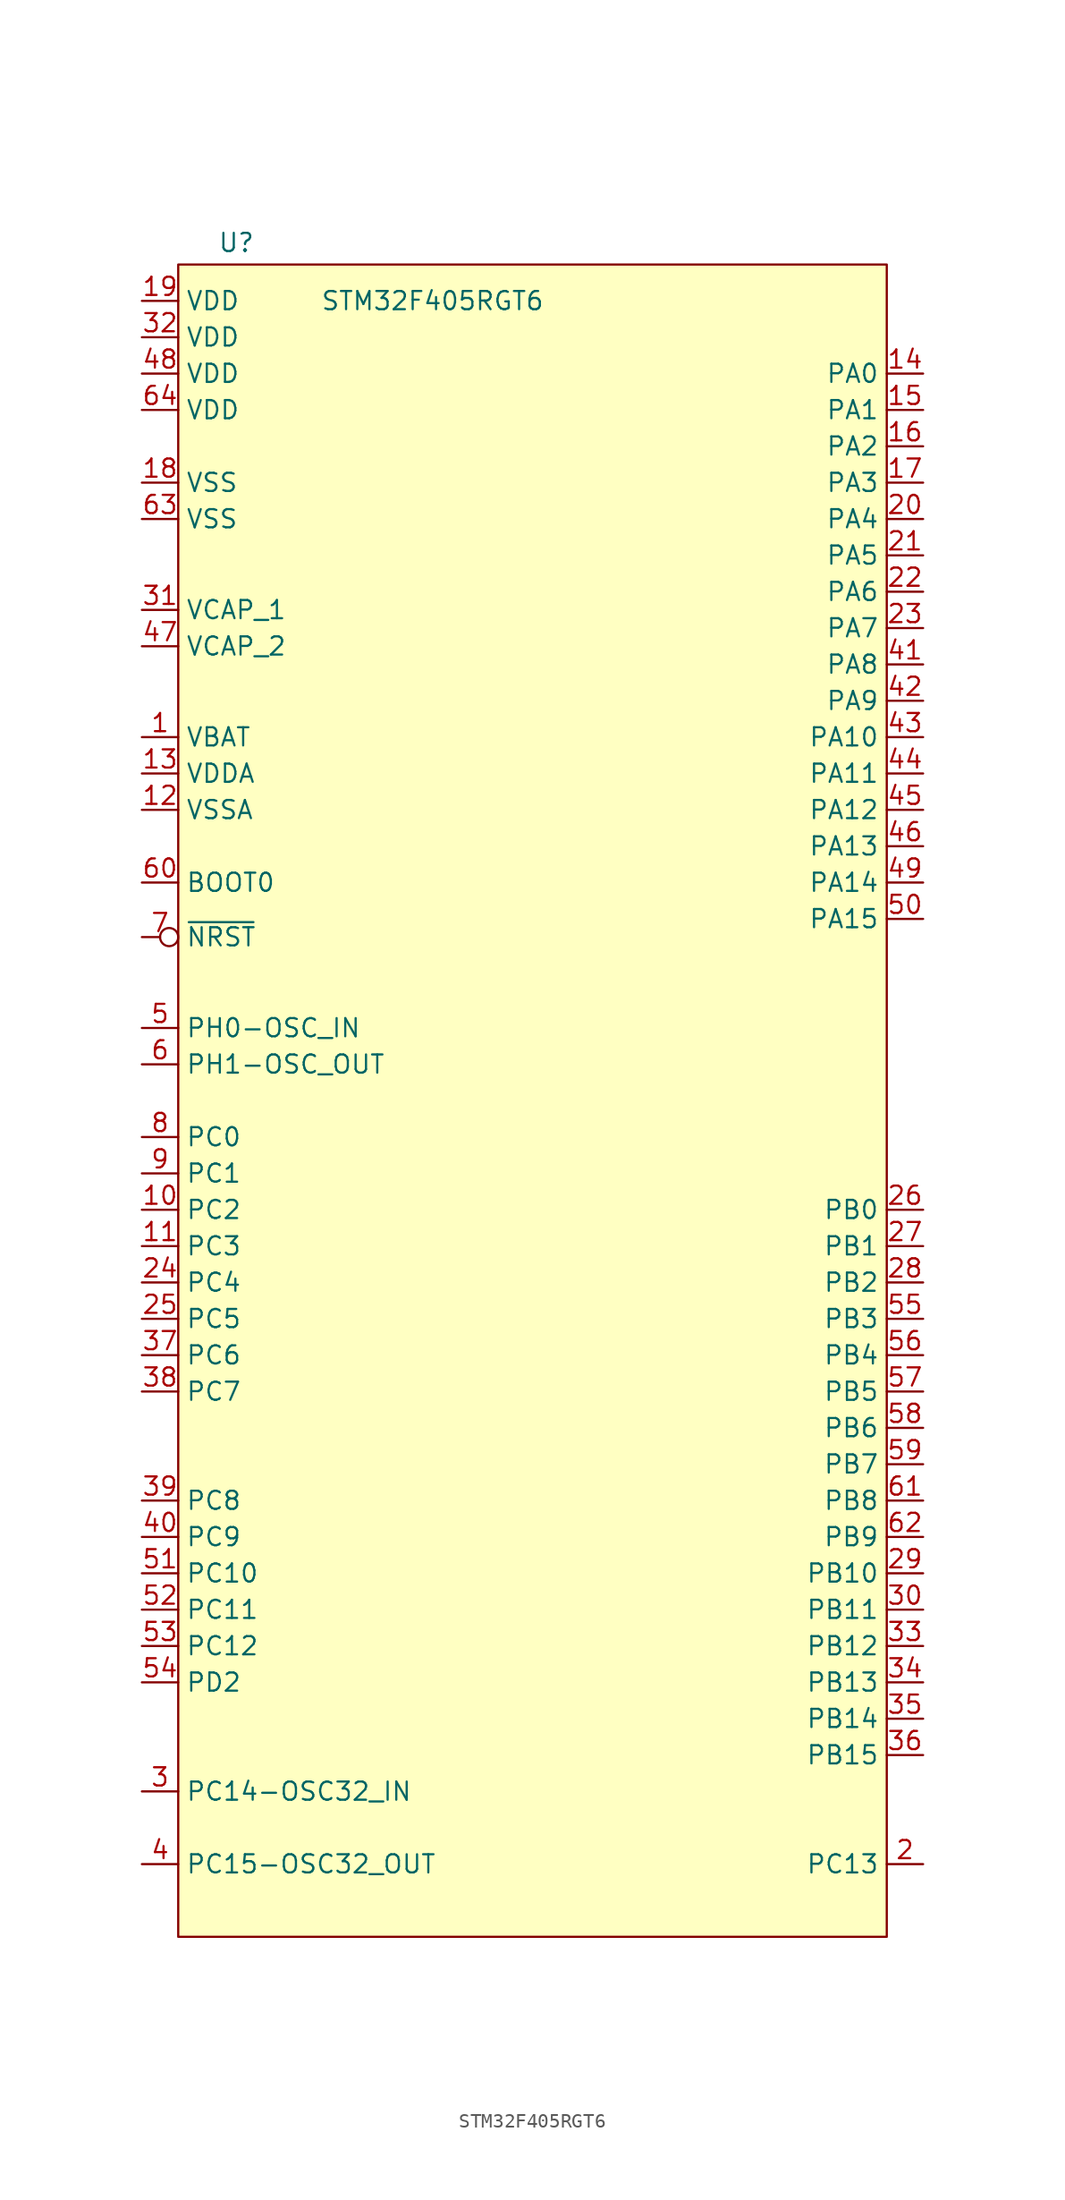
<source format=kicad_sym>
(kicad_symbol_lib
  (version 20241209)
  (generator "kicad_symbol_editor")
  (generator_version "9.0")
  (symbol "STM32F405RGT6"
    (property "Reference" "U"
      (at -23.876 57.404 0)
      (do_not_autoplace)
      (effects (font (size 1.27 1.27))))
    (property "Value" "STM32F405RGT6"
      (at -10.16 53.34 0)
      (do_not_autoplace)
      (effects (font (size 1.27 1.27))))
    (symbol "STM32F405RGT6_1_0"
      (pin unspecified line (at -30.48 53.34 0) (length 2.54) (name "VDD" (effects (font (size 1.27 1.27)))) (number "19" (effects (font (size 1.27 1.27)))))
      (pin unspecified line (at -30.48 50.8 0) (length 2.54) (name "VDD" (effects (font (size 1.27 1.27)))) (number "32" (effects (font (size 1.27 1.27)))))
      (pin unspecified line (at -30.48 48.26 0) (length 2.54) (name "VDD" (effects (font (size 1.27 1.27)))) (number "48" (effects (font (size 1.27 1.27)))))
      (pin unspecified line (at -30.48 45.72 0) (length 2.54) (name "VDD" (effects (font (size 1.27 1.27)))) (number "64" (effects (font (size 1.27 1.27)))))
      (pin unspecified line (at -30.48 40.64 0) (length 2.54) (name "VSS" (effects (font (size 1.27 1.27)))) (number "18" (effects (font (size 1.27 1.27)))))
      (pin unspecified line (at -30.48 38.1 0) (length 2.54) (name "VSS" (effects (font (size 1.27 1.27)))) (number "63" (effects (font (size 1.27 1.27)))))
      (pin unspecified line (at -30.48 31.75 0) (length 2.54) (name "VCAP_1" (effects (font (size 1.27 1.27)))) (number "31" (effects (font (size 1.27 1.27)))))
      (pin unspecified line (at -30.48 29.21 0) (length 2.54) (name "VCAP_2" (effects (font (size 1.27 1.27)))) (number "47" (effects (font (size 1.27 1.27)))))
      (pin unspecified line (at -30.48 22.86 0) (length 2.54) (name "VBAT" (effects (font (size 1.27 1.27)))) (number "1" (effects (font (size 1.27 1.27)))))
      (pin unspecified line (at -30.48 20.32 0) (length 2.54) (name "VDDA" (effects (font (size 1.27 1.27)))) (number "13" (effects (font (size 1.27 1.27)))))
      (pin unspecified line (at -30.48 17.78 0) (length 2.54) (name "VSSA" (effects (font (size 1.27 1.27)))) (number "12" (effects (font (size 1.27 1.27)))))
      (pin unspecified line (at -30.48 12.7 0) (length 2.54) (name "BOOT0" (effects (font (size 1.27 1.27)))) (number "60" (effects (font (size 1.27 1.27)))))
      (pin unspecified inverted (at -30.48 8.89 0) (length 2.54) (name "~{NRST}" (effects (font (size 1.27 1.27)))) (number "7" (effects (font (size 1.27 1.27)))))
      (pin unspecified line (at -30.48 2.54 0) (length 2.54) (name "PH0-OSC_IN" (effects (font (size 1.27 1.27)))) (number "5" (effects (font (size 1.27 1.27)))))
      (pin unspecified line (at -30.48 0 0) (length 2.54) (name "PH1-OSC_OUT" (effects (font (size 1.27 1.27)))) (number "6" (effects (font (size 1.27 1.27)))))
      (pin unspecified line (at -30.48 -5.08 0) (length 2.54) (name "PC0" (effects (font (size 1.27 1.27)))) (number "8" (effects (font (size 1.27 1.27)))))
      (pin unspecified line (at -30.48 -7.62 0) (length 2.54) (name "PC1" (effects (font (size 1.27 1.27)))) (number "9" (effects (font (size 1.27 1.27)))))
      (pin unspecified line (at -30.48 -10.16 0) (length 2.54) (name "PC2" (effects (font (size 1.27 1.27)))) (number "10" (effects (font (size 1.27 1.27)))))
      (pin unspecified line (at -30.48 -12.7 0) (length 2.54) (name "PC3" (effects (font (size 1.27 1.27)))) (number "11" (effects (font (size 1.27 1.27)))))
      (pin unspecified line (at -30.48 -15.24 0) (length 2.54) (name "PC4" (effects (font (size 1.27 1.27)))) (number "24" (effects (font (size 1.27 1.27)))))
      (pin unspecified line (at -30.48 -17.78 0) (length 2.54) (name "PC5" (effects (font (size 1.27 1.27)))) (number "25" (effects (font (size 1.27 1.27)))))
      (pin unspecified line (at -30.48 -20.32 0) (length 2.54) (name "PC6" (effects (font (size 1.27 1.27)))) (number "37" (effects (font (size 1.27 1.27)))))
      (pin unspecified line (at -30.48 -22.86 0) (length 2.54) (name "PC7" (effects (font (size 1.27 1.27)))) (number "38" (effects (font (size 1.27 1.27)))))
      (pin unspecified line (at -30.48 -30.48 0) (length 2.54) (name "PC8" (effects (font (size 1.27 1.27)))) (number "39" (effects (font (size 1.27 1.27)))))
      (pin unspecified line (at -30.48 -33.02 0) (length 2.54) (name "PC9" (effects (font (size 1.27 1.27)))) (number "40" (effects (font (size 1.27 1.27)))))
      (pin unspecified line (at -30.48 -35.56 0) (length 2.54) (name "PC10" (effects (font (size 1.27 1.27)))) (number "51" (effects (font (size 1.27 1.27)))))
      (pin unspecified line (at -30.48 -38.1 0) (length 2.54) (name "PC11" (effects (font (size 1.27 1.27)))) (number "52" (effects (font (size 1.27 1.27)))))
      (pin unspecified line (at -30.48 -40.64 0) (length 2.54) (name "PC12" (effects (font (size 1.27 1.27)))) (number "53" (effects (font (size 1.27 1.27)))))
      (pin unspecified line (at -30.48 -43.18 0) (length 2.54) (name "PD2" (effects (font (size 1.27 1.27)))) (number "54" (effects (font (size 1.27 1.27)))))
      (pin unspecified line (at -30.48 -50.8 0) (length 2.54) (name "PC14-OSC32_IN" (effects (font (size 1.27 1.27)))) (number "3" (effects (font (size 1.27 1.27)))))
      (pin unspecified line (at -30.48 -55.88 0) (length 2.54) (name "PC15-OSC32_OUT" (effects (font (size 1.27 1.27)))) (number "4" (effects (font (size 1.27 1.27)))))
      (pin unspecified line (at 24.13 48.26 180) (length 2.54) (name "PA0" (effects (font (size 1.27 1.27)))) (number "14" (effects (font (size 1.27 1.27)))))
      (pin unspecified line (at 24.13 45.72 180) (length 2.54) (name "PA1" (effects (font (size 1.27 1.27)))) (number "15" (effects (font (size 1.27 1.27)))))
      (pin unspecified line (at 24.13 43.18 180) (length 2.54) (name "PA2" (effects (font (size 1.27 1.27)))) (number "16" (effects (font (size 1.27 1.27)))))
      (pin unspecified line (at 24.13 40.64 180) (length 2.54) (name "PA3" (effects (font (size 1.27 1.27)))) (number "17" (effects (font (size 1.27 1.27)))))
      (pin unspecified line (at 24.13 38.1 180) (length 2.54) (name "PA4" (effects (font (size 1.27 1.27)))) (number "20" (effects (font (size 1.27 1.27)))))
      (pin unspecified line (at 24.13 35.56 180) (length 2.54) (name "PA5" (effects (font (size 1.27 1.27)))) (number "21" (effects (font (size 1.27 1.27)))))
      (pin unspecified line (at 24.13 33.02 180) (length 2.54) (name "PA6" (effects (font (size 1.27 1.27)))) (number "22" (effects (font (size 1.27 1.27)))))
      (pin unspecified line (at 24.13 30.48 180) (length 2.54) (name "PA7" (effects (font (size 1.27 1.27)))) (number "23" (effects (font (size 1.27 1.27)))))
      (pin unspecified line (at 24.13 27.94 180) (length 2.54) (name "PA8" (effects (font (size 1.27 1.27)))) (number "41" (effects (font (size 1.27 1.27)))))
      (pin unspecified line (at 24.13 25.4 180) (length 2.54) (name "PA9" (effects (font (size 1.27 1.27)))) (number "42" (effects (font (size 1.27 1.27)))))
      (pin unspecified line (at 24.13 22.86 180) (length 2.54) (name "PA10" (effects (font (size 1.27 1.27)))) (number "43" (effects (font (size 1.27 1.27)))))
      (pin unspecified line (at 24.13 20.32 180) (length 2.54) (name "PA11" (effects (font (size 1.27 1.27)))) (number "44" (effects (font (size 1.27 1.27)))))
      (pin unspecified line (at 24.13 17.78 180) (length 2.54) (name "PA12" (effects (font (size 1.27 1.27)))) (number "45" (effects (font (size 1.27 1.27)))))
      (pin unspecified line (at 24.13 15.24 180) (length 2.54) (name "PA13" (effects (font (size 1.27 1.27)))) (number "46" (effects (font (size 1.27 1.27)))))
      (pin unspecified line (at 24.13 12.7 180) (length 2.54) (name "PA14" (effects (font (size 1.27 1.27)))) (number "49" (effects (font (size 1.27 1.27)))))
      (pin unspecified line (at 24.13 10.16 180) (length 2.54) (name "PA15" (effects (font (size 1.27 1.27)))) (number "50" (effects (font (size 1.27 1.27)))))
      (pin unspecified line (at 24.13 -10.16 180) (length 2.54) (name "PB0" (effects (font (size 1.27 1.27)))) (number "26" (effects (font (size 1.27 1.27)))))
      (pin unspecified line (at 24.13 -12.7 180) (length 2.54) (name "PB1" (effects (font (size 1.27 1.27)))) (number "27" (effects (font (size 1.27 1.27)))))
      (pin unspecified line (at 24.13 -15.24 180) (length 2.54) (name "PB2" (effects (font (size 1.27 1.27)))) (number "28" (effects (font (size 1.27 1.27)))))
      (pin unspecified line (at 24.13 -17.78 180) (length 2.54) (name "PB3" (effects (font (size 1.27 1.27)))) (number "55" (effects (font (size 1.27 1.27)))))
      (pin unspecified line (at 24.13 -20.32 180) (length 2.54) (name "PB4" (effects (font (size 1.27 1.27)))) (number "56" (effects (font (size 1.27 1.27)))))
      (pin unspecified line (at 24.13 -22.86 180) (length 2.54) (name "PB5" (effects (font (size 1.27 1.27)))) (number "57" (effects (font (size 1.27 1.27)))))
      (pin unspecified line (at 24.13 -25.4 180) (length 2.54) (name "PB6" (effects (font (size 1.27 1.27)))) (number "58" (effects (font (size 1.27 1.27)))))
      (pin unspecified line (at 24.13 -27.94 180) (length 2.54) (name "PB7" (effects (font (size 1.27 1.27)))) (number "59" (effects (font (size 1.27 1.27)))))
      (pin unspecified line (at 24.13 -30.48 180) (length 2.54) (name "PB8" (effects (font (size 1.27 1.27)))) (number "61" (effects (font (size 1.27 1.27)))))
      (pin unspecified line (at 24.13 -33.02 180) (length 2.54) (name "PB9" (effects (font (size 1.27 1.27)))) (number "62" (effects (font (size 1.27 1.27)))))
      (pin unspecified line (at 24.13 -35.56 180) (length 2.54) (name "PB10" (effects (font (size 1.27 1.27)))) (number "29" (effects (font (size 1.27 1.27)))))
      (pin unspecified line (at 24.13 -38.1 180) (length 2.54) (name "PB11" (effects (font (size 1.27 1.27)))) (number "30" (effects (font (size 1.27 1.27)))))
      (pin unspecified line (at 24.13 -40.64 180) (length 2.54) (name "PB12" (effects (font (size 1.27 1.27)))) (number "33" (effects (font (size 1.27 1.27)))))
      (pin unspecified line (at 24.13 -43.18 180) (length 2.54) (name "PB13" (effects (font (size 1.27 1.27)))) (number "34" (effects (font (size 1.27 1.27)))))
      (pin unspecified line (at 24.13 -45.72 180) (length 2.54) (name "PB14" (effects (font (size 1.27 1.27)))) (number "35" (effects (font (size 1.27 1.27)))))
      (pin unspecified line (at 24.13 -48.26 180) (length 2.54) (name "PB15" (effects (font (size 1.27 1.27)))) (number "36" (effects (font (size 1.27 1.27)))))
      (pin unspecified line (at 24.13 -55.88 180) (length 2.54) (name "PC13" (effects (font (size 1.27 1.27)))) (number "2" (effects (font (size 1.27 1.27))))))
    (symbol "STM32F405RGT6_1_1"
      (rectangle (start -27.94 55.88) (end 21.59 -60.96) (stroke (width 0) (type solid) (color 132 0 0 1)) (fill (type color) (color 255 255 194 1))))))
</source>
